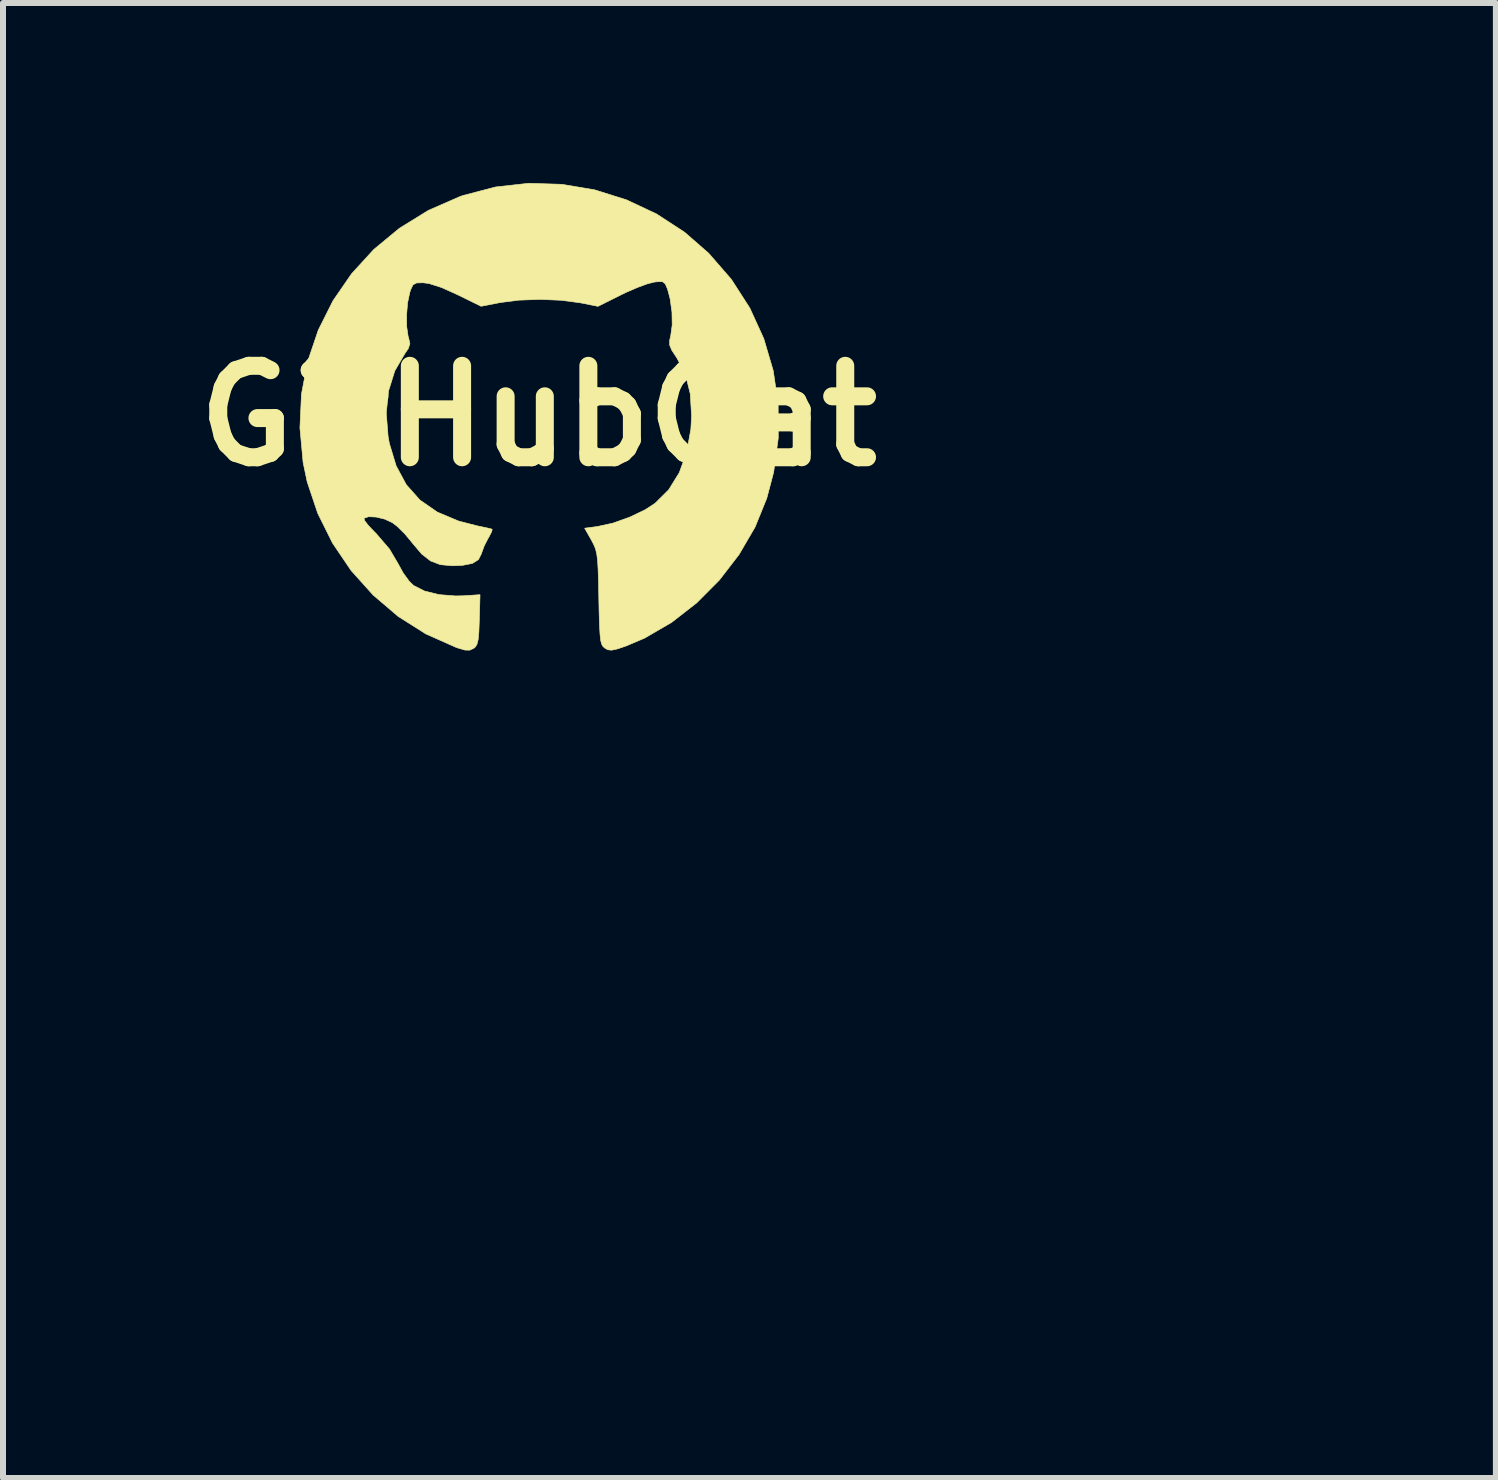
<source format=kicad_pcb>
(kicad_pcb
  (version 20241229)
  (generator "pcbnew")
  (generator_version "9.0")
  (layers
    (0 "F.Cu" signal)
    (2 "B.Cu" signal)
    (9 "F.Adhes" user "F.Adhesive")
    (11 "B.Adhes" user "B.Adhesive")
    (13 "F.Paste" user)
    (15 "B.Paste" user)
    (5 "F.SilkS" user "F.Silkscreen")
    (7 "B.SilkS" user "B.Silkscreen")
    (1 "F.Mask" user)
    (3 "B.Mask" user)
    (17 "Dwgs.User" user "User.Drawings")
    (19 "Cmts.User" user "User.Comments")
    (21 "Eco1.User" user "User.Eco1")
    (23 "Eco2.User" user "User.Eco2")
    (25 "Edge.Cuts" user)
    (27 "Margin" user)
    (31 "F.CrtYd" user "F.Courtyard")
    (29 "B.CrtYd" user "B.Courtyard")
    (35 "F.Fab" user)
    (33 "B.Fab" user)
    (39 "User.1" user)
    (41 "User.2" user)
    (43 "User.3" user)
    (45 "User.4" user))
  (footprint "GitHubCat_mask"
    (layer "F.Cu")
    (at 9.442 14.674)
    (property "Reference" "GitHubCat_mask" (at 0 0 0) (layer "F.Mask") (effects (font (size 1.524 1.524) (thickness 0.3))))
    (attr through_hole)
    (fp_poly (pts (xy 0.393 -3.86) (xy 0.939 -3.768) (xy 1.468 -3.602) (xy 1.971 -3.366) (xy 2.439 -3.061) (xy 2.839 -2.712) (xy 3.218 -2.276) (xy 3.525 -1.799) (xy 3.758 -1.289) (xy 3.916 -0.753) (xy 3.998 -0.198) (xy 4 0.368) (xy 3.923 0.939) (xy 3.808 1.374) (xy 3.613 1.854) (xy 3.346 2.311) (xy 3.019 2.736) (xy 2.64 3.117) (xy 2.221 3.443) (xy 1.772 3.704) (xy 1.464 3.835) (xy 1.316 3.885) (xy 1.222 3.905) (xy 1.159 3.898) (xy 1.11 3.871) (xy 1.08 3.845) (xy 1.057 3.806) (xy 1.04 3.742) (xy 1.029 3.641) (xy 1.021 3.491) (xy 1.014 3.279) (xy 1.009 3.038) (xy 1.004 2.762) (xy 0.997 2.557) (xy 0.988 2.407) (xy 0.974 2.299) (xy 0.954 2.216) (xy 0.925 2.146) (xy 0.887 2.073) (xy 0.884 2.068) (xy 0.773 1.872) (xy 0.984 1.844) (xy 1.245 1.787) (xy 1.523 1.688) (xy 1.782 1.564) (xy 1.947 1.456) (xy 2.173 1.232) (xy 2.35 0.946) (xy 2.474 0.605) (xy 2.543 0.22) (xy 2.555 0.001) (xy 2.533 -0.368) (xy 2.455 -0.683) (xy 2.316 -0.955) (xy 2.305 -0.972) (xy 2.226 -1.093) (xy 2.19 -1.178) (xy 2.189 -1.257) (xy 2.208 -1.34) (xy 2.232 -1.514) (xy 2.228 -1.731) (xy 2.197 -1.953) (xy 2.155 -2.111) (xy 2.117 -2.2) (xy 2.07 -2.237) (xy 1.981 -2.236) (xy 1.931 -2.23) (xy 1.817 -2.201) (xy 1.654 -2.141) (xy 1.471 -2.062) (xy 1.376 -2.016) (xy 0.995 -1.826) (xy 0.699 -1.885) (xy 0.384 -1.927) (xy 0.03 -1.942) (xy -0.326 -1.929) (xy -0.644 -1.888) (xy -0.656 -1.885) (xy -0.953 -1.827) (xy -1.348 -2.021) (xy -1.616 -2.141) (xy -1.821 -2.206) (xy -1.918 -2.219) (xy -2.029 -2.216) (xy -2.089 -2.184) (xy -2.128 -2.102) (xy -2.143 -2.053) (xy -2.179 -1.882) (xy -2.195 -1.681) (xy -2.193 -1.486) (xy -2.17 -1.328) (xy -2.159 -1.291) (xy -2.14 -1.204) (xy -2.167 -1.121) (xy -2.221 -1.043) (xy -2.391 -0.752) (xy -2.496 -0.416) (xy -2.534 -0.046) (xy -2.503 0.346) (xy -2.482 0.46) (xy -2.369 0.833) (xy -2.2 1.147) (xy -1.972 1.403) (xy -1.682 1.604) (xy -1.327 1.753) (xy -1.016 1.833) (xy -0.886 1.86) (xy -0.795 1.881) (xy -0.768 1.89) (xy -0.777 1.929) (xy -0.82 2.013) (xy -0.836 2.04) (xy -0.901 2.167) (xy -0.946 2.289) (xy -0.948 2.298) (xy -0.998 2.396) (xy -1.099 2.459) (xy -1.263 2.491) (xy -1.432 2.498) (xy -1.631 2.48) (xy -1.795 2.418) (xy -1.945 2.301) (xy -2.101 2.116) (xy -2.111 2.103) (xy -2.225 1.966) (xy -2.347 1.845) (xy -2.433 1.779) (xy -2.561 1.72) (xy -2.702 1.686) (xy -2.826 1.68) (xy -2.906 1.706) (xy -2.906 1.707) (xy -2.893 1.748) (xy -2.829 1.83) (xy -2.728 1.936) (xy -2.704 1.959) (xy -2.48 2.22) (xy -2.341 2.456) (xy -2.251 2.619) (xy -2.152 2.755) (xy -2.08 2.826) (xy -1.897 2.919) (xy -1.655 2.979) (xy -1.378 3.001) (xy -1.242 2.998) (xy -0.971 2.98) (xy -0.983 3.401) (xy -0.99 3.598) (xy -1.002 3.727) (xy -1.022 3.807) (xy -1.052 3.855) (xy -1.079 3.876) (xy -1.144 3.905) (xy -1.223 3.903) (xy -1.345 3.867) (xy -1.376 3.856) (xy -1.874 3.634) (xy -2.336 3.342) (xy -2.753 2.986) (xy -3.121 2.576) (xy -3.43 2.119) (xy -3.676 1.624) (xy -3.852 1.099) (xy -3.92 0.775) (xy -3.973 0.199) (xy -3.947 -0.365) (xy -3.843 -0.91) (xy -3.667 -1.43) (xy -3.422 -1.919) (xy -3.112 -2.369) (xy -2.742 -2.774) (xy -2.314 -3.128) (xy -1.833 -3.425) (xy -1.303 -3.657) (xy -1.249 -3.675) (xy -0.71 -3.816) (xy -0.159 -3.877) (xy 0.393 -3.86)) (stroke (width 0.01) (type solid)) (fill yes) (layer "F.Mask")))
  (footprint "GitHubCat"
    (layer "F.Cu")
    (at 5.922 3.882)
    (property "Reference" "GitHubCat" (at 0 0 0) (layer "F.SilkS") (effects (font (size 1.524 1.524) (thickness 0.3))))
    (attr through_hole)
    (fp_poly (pts (xy 0.393 -3.86) (xy 0.939 -3.768) (xy 1.468 -3.602) (xy 1.971 -3.366) (xy 2.439 -3.061) (xy 2.839 -2.712) (xy 3.218 -2.276) (xy 3.525 -1.799) (xy 3.758 -1.289) (xy 3.916 -0.753) (xy 3.998 -0.198) (xy 4 0.368) (xy 3.923 0.939) (xy 3.808 1.374) (xy 3.613 1.854) (xy 3.346 2.311) (xy 3.019 2.736) (xy 2.64 3.117) (xy 2.221 3.443) (xy 1.772 3.704) (xy 1.464 3.835) (xy 1.316 3.885) (xy 1.222 3.905) (xy 1.159 3.898) (xy 1.11 3.871) (xy 1.08 3.845) (xy 1.057 3.806) (xy 1.04 3.742) (xy 1.029 3.641) (xy 1.021 3.491) (xy 1.014 3.279) (xy 1.009 3.038) (xy 1.004 2.762) (xy 0.997 2.557) (xy 0.988 2.407) (xy 0.974 2.299) (xy 0.954 2.216) (xy 0.925 2.146) (xy 0.887 2.073) (xy 0.884 2.068) (xy 0.773 1.872) (xy 0.984 1.844) (xy 1.245 1.787) (xy 1.523 1.688) (xy 1.782 1.564) (xy 1.947 1.456) (xy 2.173 1.232) (xy 2.35 0.946) (xy 2.474 0.605) (xy 2.543 0.22) (xy 2.555 0.001) (xy 2.533 -0.368) (xy 2.455 -0.683) (xy 2.316 -0.955) (xy 2.305 -0.972) (xy 2.226 -1.093) (xy 2.19 -1.178) (xy 2.189 -1.257) (xy 2.208 -1.34) (xy 2.232 -1.514) (xy 2.228 -1.731) (xy 2.197 -1.953) (xy 2.155 -2.111) (xy 2.117 -2.2) (xy 2.07 -2.237) (xy 1.981 -2.236) (xy 1.931 -2.23) (xy 1.817 -2.201) (xy 1.654 -2.141) (xy 1.471 -2.062) (xy 1.376 -2.016) (xy 0.995 -1.826) (xy 0.699 -1.885) (xy 0.384 -1.927) (xy 0.03 -1.942) (xy -0.326 -1.929) (xy -0.644 -1.888) (xy -0.656 -1.885) (xy -0.953 -1.827) (xy -1.348 -2.021) (xy -1.616 -2.141) (xy -1.821 -2.206) (xy -1.918 -2.219) (xy -2.029 -2.216) (xy -2.089 -2.184) (xy -2.128 -2.102) (xy -2.143 -2.053) (xy -2.179 -1.882) (xy -2.195 -1.681) (xy -2.193 -1.486) (xy -2.17 -1.328) (xy -2.159 -1.291) (xy -2.14 -1.204) (xy -2.167 -1.121) (xy -2.221 -1.043) (xy -2.391 -0.752) (xy -2.496 -0.416) (xy -2.534 -0.046) (xy -2.503 0.346) (xy -2.482 0.46) (xy -2.369 0.833) (xy -2.2 1.147) (xy -1.972 1.403) (xy -1.682 1.604) (xy -1.327 1.753) (xy -1.016 1.833) (xy -0.886 1.86) (xy -0.795 1.881) (xy -0.768 1.89) (xy -0.777 1.929) (xy -0.82 2.013) (xy -0.836 2.04) (xy -0.901 2.167) (xy -0.946 2.289) (xy -0.948 2.298) (xy -0.998 2.396) (xy -1.099 2.459) (xy -1.263 2.491) (xy -1.432 2.498) (xy -1.631 2.48) (xy -1.795 2.418) (xy -1.945 2.301) (xy -2.101 2.116) (xy -2.111 2.103) (xy -2.225 1.966) (xy -2.347 1.845) (xy -2.433 1.779) (xy -2.561 1.72) (xy -2.702 1.686) (xy -2.826 1.68) (xy -2.906 1.706) (xy -2.906 1.707) (xy -2.893 1.748) (xy -2.829 1.83) (xy -2.728 1.936) (xy -2.704 1.959) (xy -2.48 2.22) (xy -2.341 2.456) (xy -2.251 2.619) (xy -2.152 2.755) (xy -2.08 2.826) (xy -1.897 2.919) (xy -1.655 2.979) (xy -1.378 3.001) (xy -1.242 2.998) (xy -0.971 2.98) (xy -0.983 3.401) (xy -0.99 3.598) (xy -1.002 3.727) (xy -1.022 3.807) (xy -1.052 3.855) (xy -1.079 3.876) (xy -1.144 3.905) (xy -1.223 3.903) (xy -1.345 3.867) (xy -1.376 3.856) (xy -1.874 3.634) (xy -2.336 3.342) (xy -2.753 2.986) (xy -3.121 2.576) (xy -3.43 2.119) (xy -3.676 1.624) (xy -3.852 1.099) (xy -3.92 0.775) (xy -3.973 0.199) (xy -3.947 -0.365) (xy -3.843 -0.91) (xy -3.667 -1.43) (xy -3.422 -1.919) (xy -3.112 -2.369) (xy -2.742 -2.774) (xy -2.314 -3.128) (xy -1.833 -3.425) (xy -1.303 -3.657) (xy -1.249 -3.675) (xy -0.71 -3.816) (xy -0.159 -3.877) (xy 0.393 -3.86)) (stroke (width 0.01) (type solid)) (fill yes) (layer "F.SilkS")))
  (gr_rect
    (start -3 -3)
    (end 21.883 21.585)
    (stroke (width 0.1) (type default))
    (fill no)
    (layer "Edge.Cuts")))
</source>
